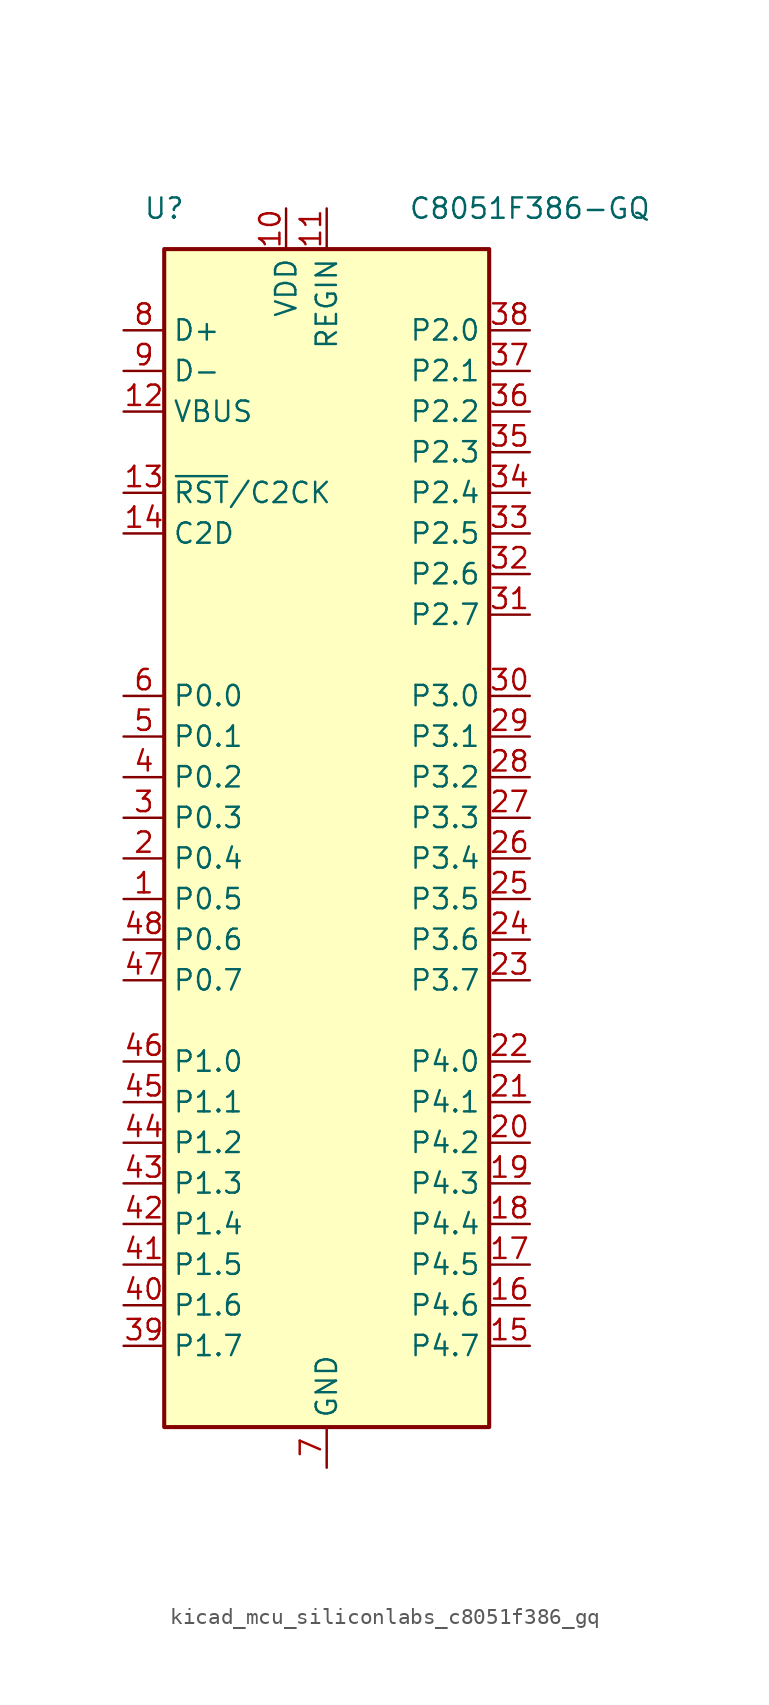
<source format=kicad_sym>
(kicad_symbol_lib
  (version 20220914)
  (generator kicad_symbol_editor)
  (symbol "kicad_mcu_siliconlabs_c8051f386_gq"
    (property "Reference" "U"
      (at -10.16 40.64 0)
      (effects (font (size 1.27 1.27))))
    (property "Value" "C8051F386-GQ"
      (at 12.7 40.64 0)
      (effects (font (size 1.27 1.27))))
    (symbol "kicad_mcu_siliconlabs_c8051f386_gq_0_1"
      (rectangle (start -10.16 38.1) (end 10.16 -35.56) (stroke (width 0.254) (type default)) (fill (type background))))
    (symbol "kicad_mcu_siliconlabs_c8051f386_gq_1_1"
      (pin bidirectional line (at -12.7 -2.54 0) (length 2.54) (name "P0.5" (effects (font (size 1.27 1.27)))) (number "1" (effects (font (size 1.27 1.27)))))
      (pin power_in line (at -2.54 40.64 270) (length 2.54) (name "VDD" (effects (font (size 1.27 1.27)))) (number "10" (effects (font (size 1.27 1.27)))))
      (pin power_in line (at 0 40.64 270) (length 2.54) (name "REGIN" (effects (font (size 1.27 1.27)))) (number "11" (effects (font (size 1.27 1.27)))))
      (pin input line (at -12.7 27.94 0) (length 2.54) (name "VBUS" (effects (font (size 1.27 1.27)))) (number "12" (effects (font (size 1.27 1.27)))))
      (pin input line (at -12.7 22.86 0) (length 2.54) (name "~{RST}/C2CK" (effects (font (size 1.27 1.27)))) (number "13" (effects (font (size 1.27 1.27)))))
      (pin bidirectional line (at -12.7 20.32 0) (length 2.54) (name "C2D" (effects (font (size 1.27 1.27)))) (number "14" (effects (font (size 1.27 1.27)))))
      (pin bidirectional line (at 12.7 -30.48 180) (length 2.54) (name "P4.7" (effects (font (size 1.27 1.27)))) (number "15" (effects (font (size 1.27 1.27)))))
      (pin bidirectional line (at 12.7 -27.94 180) (length 2.54) (name "P4.6" (effects (font (size 1.27 1.27)))) (number "16" (effects (font (size 1.27 1.27)))))
      (pin bidirectional line (at 12.7 -25.4 180) (length 2.54) (name "P4.5" (effects (font (size 1.27 1.27)))) (number "17" (effects (font (size 1.27 1.27)))))
      (pin bidirectional line (at 12.7 -22.86 180) (length 2.54) (name "P4.4" (effects (font (size 1.27 1.27)))) (number "18" (effects (font (size 1.27 1.27)))))
      (pin bidirectional line (at 12.7 -20.32 180) (length 2.54) (name "P4.3" (effects (font (size 1.27 1.27)))) (number "19" (effects (font (size 1.27 1.27)))))
      (pin bidirectional line (at -12.7 0 0) (length 2.54) (name "P0.4" (effects (font (size 1.27 1.27)))) (number "2" (effects (font (size 1.27 1.27)))))
      (pin bidirectional line (at 12.7 -17.78 180) (length 2.54) (name "P4.2" (effects (font (size 1.27 1.27)))) (number "20" (effects (font (size 1.27 1.27)))))
      (pin bidirectional line (at 12.7 -15.24 180) (length 2.54) (name "P4.1" (effects (font (size 1.27 1.27)))) (number "21" (effects (font (size 1.27 1.27)))))
      (pin bidirectional line (at 12.7 -12.7 180) (length 2.54) (name "P4.0" (effects (font (size 1.27 1.27)))) (number "22" (effects (font (size 1.27 1.27)))))
      (pin bidirectional line (at 12.7 -7.62 180) (length 2.54) (name "P3.7" (effects (font (size 1.27 1.27)))) (number "23" (effects (font (size 1.27 1.27)))))
      (pin bidirectional line (at 12.7 -5.08 180) (length 2.54) (name "P3.6" (effects (font (size 1.27 1.27)))) (number "24" (effects (font (size 1.27 1.27)))))
      (pin bidirectional line (at 12.7 -2.54 180) (length 2.54) (name "P3.5" (effects (font (size 1.27 1.27)))) (number "25" (effects (font (size 1.27 1.27)))))
      (pin bidirectional line (at 12.7 0 180) (length 2.54) (name "P3.4" (effects (font (size 1.27 1.27)))) (number "26" (effects (font (size 1.27 1.27)))))
      (pin bidirectional line (at 12.7 2.54 180) (length 2.54) (name "P3.3" (effects (font (size 1.27 1.27)))) (number "27" (effects (font (size 1.27 1.27)))))
      (pin bidirectional line (at 12.7 5.08 180) (length 2.54) (name "P3.2" (effects (font (size 1.27 1.27)))) (number "28" (effects (font (size 1.27 1.27)))))
      (pin bidirectional line (at 12.7 7.62 180) (length 2.54) (name "P3.1" (effects (font (size 1.27 1.27)))) (number "29" (effects (font (size 1.27 1.27)))))
      (pin bidirectional line (at -12.7 2.54 0) (length 2.54) (name "P0.3" (effects (font (size 1.27 1.27)))) (number "3" (effects (font (size 1.27 1.27)))))
      (pin bidirectional line (at 12.7 10.16 180) (length 2.54) (name "P3.0" (effects (font (size 1.27 1.27)))) (number "30" (effects (font (size 1.27 1.27)))))
      (pin bidirectional line (at 12.7 15.24 180) (length 2.54) (name "P2.7" (effects (font (size 1.27 1.27)))) (number "31" (effects (font (size 1.27 1.27)))))
      (pin bidirectional line (at 12.7 17.78 180) (length 2.54) (name "P2.6" (effects (font (size 1.27 1.27)))) (number "32" (effects (font (size 1.27 1.27)))))
      (pin bidirectional line (at 12.7 20.32 180) (length 2.54) (name "P2.5" (effects (font (size 1.27 1.27)))) (number "33" (effects (font (size 1.27 1.27)))))
      (pin bidirectional line (at 12.7 22.86 180) (length 2.54) (name "P2.4" (effects (font (size 1.27 1.27)))) (number "34" (effects (font (size 1.27 1.27)))))
      (pin bidirectional line (at 12.7 25.4 180) (length 2.54) (name "P2.3" (effects (font (size 1.27 1.27)))) (number "35" (effects (font (size 1.27 1.27)))))
      (pin bidirectional line (at 12.7 27.94 180) (length 2.54) (name "P2.2" (effects (font (size 1.27 1.27)))) (number "36" (effects (font (size 1.27 1.27)))))
      (pin bidirectional line (at 12.7 30.48 180) (length 2.54) (name "P2.1" (effects (font (size 1.27 1.27)))) (number "37" (effects (font (size 1.27 1.27)))))
      (pin bidirectional line (at 12.7 33.02 180) (length 2.54) (name "P2.0" (effects (font (size 1.27 1.27)))) (number "38" (effects (font (size 1.27 1.27)))))
      (pin bidirectional line (at -12.7 -30.48 0) (length 2.54) (name "P1.7" (effects (font (size 1.27 1.27)))) (number "39" (effects (font (size 1.27 1.27)))))
      (pin bidirectional line (at -12.7 5.08 0) (length 2.54) (name "P0.2" (effects (font (size 1.27 1.27)))) (number "4" (effects (font (size 1.27 1.27)))))
      (pin bidirectional line (at -12.7 -27.94 0) (length 2.54) (name "P1.6" (effects (font (size 1.27 1.27)))) (number "40" (effects (font (size 1.27 1.27)))))
      (pin bidirectional line (at -12.7 -25.4 0) (length 2.54) (name "P1.5" (effects (font (size 1.27 1.27)))) (number "41" (effects (font (size 1.27 1.27)))))
      (pin bidirectional line (at -12.7 -22.86 0) (length 2.54) (name "P1.4" (effects (font (size 1.27 1.27)))) (number "42" (effects (font (size 1.27 1.27)))))
      (pin bidirectional line (at -12.7 -20.32 0) (length 2.54) (name "P1.3" (effects (font (size 1.27 1.27)))) (number "43" (effects (font (size 1.27 1.27)))))
      (pin bidirectional line (at -12.7 -17.78 0) (length 2.54) (name "P1.2" (effects (font (size 1.27 1.27)))) (number "44" (effects (font (size 1.27 1.27)))))
      (pin bidirectional line (at -12.7 -15.24 0) (length 2.54) (name "P1.1" (effects (font (size 1.27 1.27)))) (number "45" (effects (font (size 1.27 1.27)))))
      (pin bidirectional line (at -12.7 -12.7 0) (length 2.54) (name "P1.0" (effects (font (size 1.27 1.27)))) (number "46" (effects (font (size 1.27 1.27)))))
      (pin bidirectional line (at -12.7 -7.62 0) (length 2.54) (name "P0.7" (effects (font (size 1.27 1.27)))) (number "47" (effects (font (size 1.27 1.27)))))
      (pin bidirectional line (at -12.7 -5.08 0) (length 2.54) (name "P0.6" (effects (font (size 1.27 1.27)))) (number "48" (effects (font (size 1.27 1.27)))))
      (pin bidirectional line (at -12.7 7.62 0) (length 2.54) (name "P0.1" (effects (font (size 1.27 1.27)))) (number "5" (effects (font (size 1.27 1.27)))))
      (pin bidirectional line (at -12.7 10.16 0) (length 2.54) (name "P0.0" (effects (font (size 1.27 1.27)))) (number "6" (effects (font (size 1.27 1.27)))))
      (pin power_in line (at 0 -38.1 90) (length 2.54) (name "GND" (effects (font (size 1.27 1.27)))) (number "7" (effects (font (size 1.27 1.27)))))
      (pin bidirectional line (at -12.7 33.02 0) (length 2.54) (name "D+" (effects (font (size 1.27 1.27)))) (number "8" (effects (font (size 1.27 1.27)))))
      (pin bidirectional line (at -12.7 30.48 0) (length 2.54) (name "D-" (effects (font (size 1.27 1.27)))) (number "9" (effects (font (size 1.27 1.27))))))))
</source>
